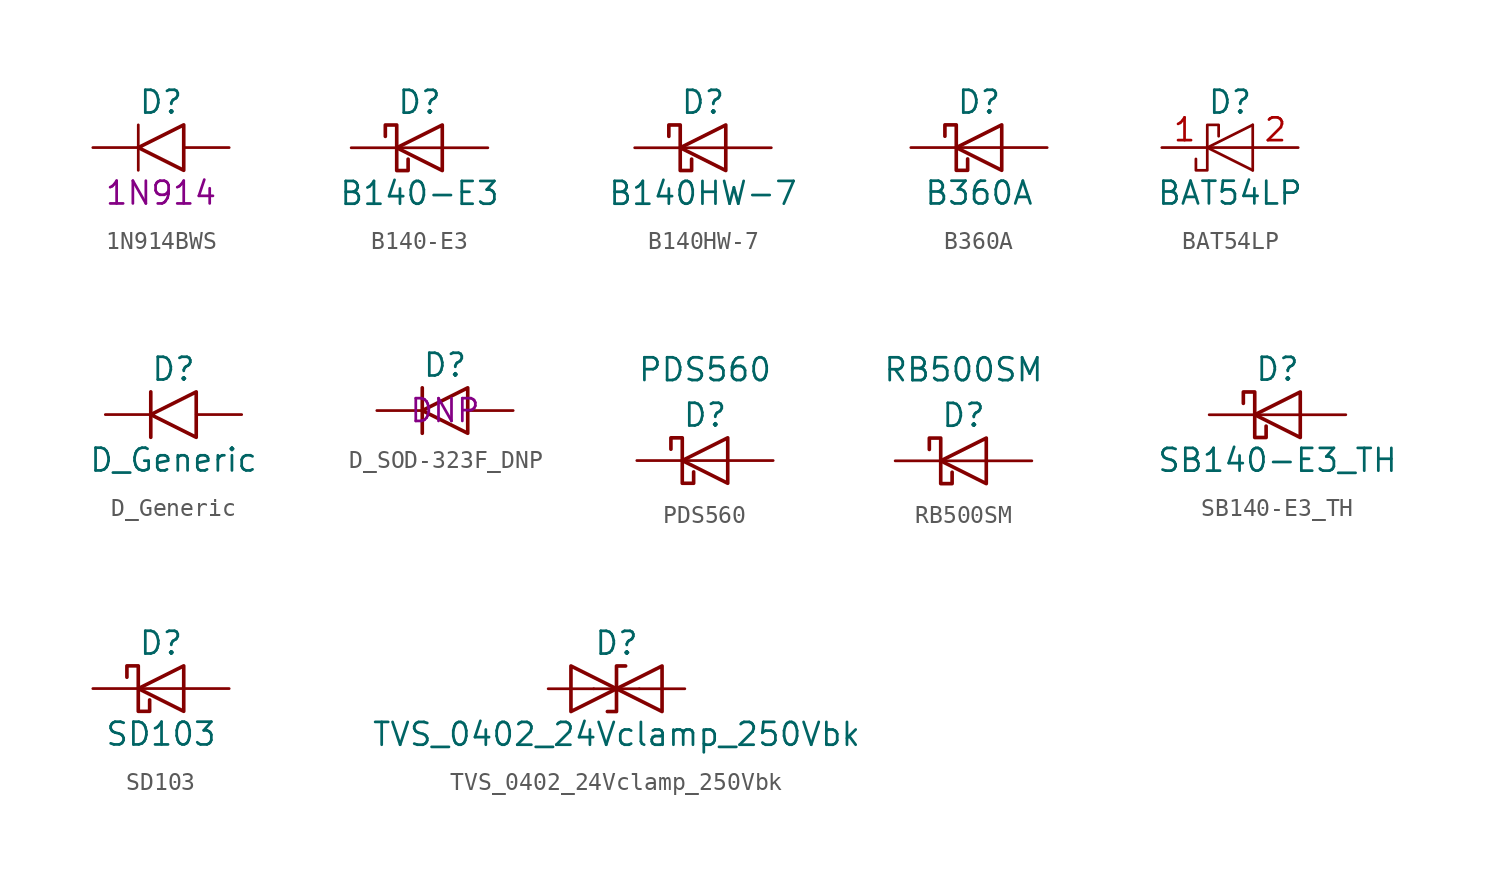
<source format=kicad_sym>
(kicad_symbol_lib
  (version 20211014)
  (generator kicad_symbol_editor)
  (symbol "1N914BWS"
    (pin_numbers hide)
    (pin_names
      (offset 1.016) hide)
    (property "Reference" "D"
      (at 0 2.54 0)
      (effects (font (size 1.27 1.27))))
    (property "Display" "1N914"
      (at 0 -2.54 0)
      (effects (font (size 1.27 1.27))))
    (symbol "1N914BWS_0_1"
      (polyline (pts (xy -1.27 1.27) (xy -1.27 -1.27)) (stroke (width 0) (type default) (color 0 0 0 0)) (fill (type none)))
      (polyline (pts (xy 1.27 1.27) (xy 1.27 -1.27) (xy -1.27 0) (xy 1.27 1.27)) (stroke (width 0.203) (type default) (color 0 0 0 0)) (fill (type none))))
    (symbol "1N914BWS_1_1"
      (pin passive line (at -3.81 0 0) (length 2.54) (name "K" (effects (font (size 1.27 1.27)))) (number "1" (effects (font (size 1.27 1.27)))))
      (pin passive line (at 3.81 0 180) (length 2.54) (name "A" (effects (font (size 1.27 1.27)))) (number "2" (effects (font (size 1.27 1.27)))))))
  (symbol "B140-E3"
    (pin_numbers hide)
    (pin_names
      (offset 1.016) hide)
    (property "Reference" "D"
      (at 0 2.54 0)
      (effects (font (size 1.27 1.27))))
    (property "Value" "B140-E3"
      (at 0 -2.54 0)
      (effects (font (size 1.27 1.27))))
    (symbol "B140-E3_1_1"
      (polyline (pts (xy 1.27 0) (xy -1.27 0)) (stroke (width 0) (type default) (color 0 0 0 0)) (fill (type none)))
      (polyline (pts (xy 1.27 1.27) (xy 1.27 -1.27) (xy -1.27 0) (xy 1.27 1.27)) (stroke (width 0.203) (type default) (color 0 0 0 0)) (fill (type none)))
      (polyline (pts (xy -1.905 0.635) (xy -1.905 1.27) (xy -1.27 1.27) (xy -1.27 -1.27) (xy -0.635 -1.27) (xy -0.635 -0.635)) (stroke (width 0.203) (type default) (color 0 0 0 0)) (fill (type none)))
      (pin passive line (at -3.81 0 0) (length 2.54) (name "K" (effects (font (size 1.27 1.27)))) (number "1" (effects (font (size 1.27 1.27)))))
      (pin passive line (at 3.81 0 180) (length 2.54) (name "A" (effects (font (size 1.27 1.27)))) (number "2" (effects (font (size 1.27 1.27)))))))
  (symbol "B140HW-7"
    (pin_numbers hide)
    (pin_names
      (offset 1.016) hide)
    (property "Reference" "D"
      (at 0 2.54 0)
      (effects (font (size 1.27 1.27))))
    (property "Value" "B140HW-7"
      (at 0 -2.54 0)
      (effects (font (size 1.27 1.27))))
    (symbol "B140HW-7_0_1"
      (polyline (pts (xy 1.27 0) (xy -1.27 0)) (stroke (width 0) (type default) (color 0 0 0 0)) (fill (type none)))
      (polyline (pts (xy 1.27 1.27) (xy 1.27 -1.27) (xy -1.27 0) (xy 1.27 1.27)) (stroke (width 0.203) (type default) (color 0 0 0 0)) (fill (type none)))
      (polyline (pts (xy -1.905 0.635) (xy -1.905 1.27) (xy -1.27 1.27) (xy -1.27 -1.27) (xy -0.635 -1.27) (xy -0.635 -0.635)) (stroke (width 0.203) (type default) (color 0 0 0 0)) (fill (type none))))
    (symbol "B140HW-7_1_1"
      (pin passive line (at -3.81 0 0) (length 2.54) (name "K" (effects (font (size 1.27 1.27)))) (number "1" (effects (font (size 1.27 1.27)))))
      (pin passive line (at 3.81 0 180) (length 2.54) (name "A" (effects (font (size 1.27 1.27)))) (number "2" (effects (font (size 1.27 1.27)))))))
  (symbol "B360A"
    (pin_numbers hide)
    (pin_names
      (offset 1.016) hide)
    (property "Reference" "D"
      (at 0 2.54 0)
      (effects (font (size 1.27 1.27))))
    (property "Value" "B360A"
      (at 0 -2.54 0)
      (effects (font (size 1.27 1.27))))
    (symbol "B360A_0_1"
      (polyline (pts (xy 1.27 0) (xy -1.27 0)) (stroke (width 0) (type default) (color 0 0 0 0)) (fill (type none)))
      (polyline (pts (xy 1.27 1.27) (xy 1.27 -1.27) (xy -1.27 0) (xy 1.27 1.27)) (stroke (width 0.203) (type default) (color 0 0 0 0)) (fill (type none)))
      (polyline (pts (xy -1.905 0.635) (xy -1.905 1.27) (xy -1.27 1.27) (xy -1.27 -1.27) (xy -0.635 -1.27) (xy -0.635 -0.635)) (stroke (width 0.203) (type default) (color 0 0 0 0)) (fill (type none))))
    (symbol "B360A_1_1"
      (pin passive line (at -3.81 0 0) (length 2.54) (name "K" (effects (font (size 1.27 1.27)))) (number "1" (effects (font (size 1.27 1.27)))))
      (pin passive line (at 3.81 0 180) (length 2.54) (name "A" (effects (font (size 1.27 1.27)))) (number "2" (effects (font (size 1.27 1.27)))))))
  (symbol "BAT54LP"
    (pin_names
      (offset 1.016) hide)
    (property "Reference" "D"
      (at 0 2.54 0)
      (effects (font (size 1.27 1.27))))
    (property "Value" "BAT54LP"
      (at 0 -2.54 0)
      (effects (font (size 1.27 1.27))))
    (symbol "BAT54LP_0_1"
      (polyline (pts (xy 1.27 -1.27) (xy 1.27 1.27)) (stroke (width 0) (type default) (color 0 0 0 0)) (fill (type none)))
      (polyline (pts (xy 1.27 0) (xy -1.27 0)) (stroke (width 0) (type default) (color 0 0 0 0)) (fill (type none)))
      (polyline (pts (xy 1.27 1.27) (xy -1.27 0) (xy 1.27 -1.27)) (stroke (width 0) (type default) (color 0 0 0 0)) (fill (type none)))
      (polyline (pts (xy -0.635 0.635) (xy -0.635 1.27) (xy -1.27 1.27) (xy -1.27 -1.27) (xy -1.905 -1.27) (xy -1.905 -0.635)) (stroke (width 0) (type default) (color 0 0 0 0)) (fill (type none))))
    (symbol "BAT54LP_1_1"
      (pin passive line (at -3.81 0 0) (length 2.54) (name "K" (effects (font (size 1.27 1.27)))) (number "1" (effects (font (size 1.27 1.27)))))
      (pin passive line (at 3.81 0 180) (length 2.54) (name "A" (effects (font (size 1.27 1.27)))) (number "2" (effects (font (size 1.27 1.27)))))))
  (symbol "D_Generic"
    (pin_numbers hide)
    (pin_names
      (offset 1.016) hide)
    (property "Reference" "D"
      (at 0 2.54 0)
      (effects (font (size 1.27 1.27))))
    (property "Value" "D_Generic"
      (at 0 -2.54 0)
      (effects (font (size 1.27 1.27))))
    (symbol "D_Generic_0_1"
      (polyline (pts (xy -1.27 1.27) (xy -1.27 -1.27)) (stroke (width 0.203) (type default) (color 0 0 0 0)) (fill (type none)))
      (polyline (pts (xy 1.27 1.27) (xy 1.27 -1.27) (xy -1.27 0) (xy 1.27 1.27)) (stroke (width 0.203) (type default) (color 0 0 0 0)) (fill (type none))))
    (symbol "D_Generic_1_1"
      (pin passive line (at -3.81 0 0) (length 2.54) (name "K" (effects (font (size 1.27 1.27)))) (number "1" (effects (font (size 1.27 1.27)))))
      (pin passive line (at 3.81 0 180) (length 2.54) (name "A" (effects (font (size 1.27 1.27)))) (number "2" (effects (font (size 1.27 1.27)))))))
  (symbol "D_SOD-323F_DNP"
    (pin_numbers hide)
    (pin_names
      (offset 1.016) hide)
    (property "Reference" "D"
      (at 0 2.54 0)
      (effects (font (size 1.27 1.27))))
    (property "Display" "DNP"
      (at 0 0 0)
      (effects (font (size 1.27 1.27))))
    (symbol "D_SOD-323F_DNP_0_1"
      (polyline (pts (xy -1.27 1.27) (xy -1.27 -1.27)) (stroke (width 0.203) (type default) (color 0 0 0 0)) (fill (type none)))
      (polyline (pts (xy 1.27 1.27) (xy 1.27 -1.27) (xy -1.27 0) (xy 1.27 1.27)) (stroke (width 0.203) (type default) (color 0 0 0 0)) (fill (type none))))
    (symbol "D_SOD-323F_DNP_1_1"
      (pin passive line (at -3.81 0 0) (length 2.54) (name "K" (effects (font (size 1.27 1.27)))) (number "1" (effects (font (size 1.27 1.27)))))
      (pin passive line (at 3.81 0 180) (length 2.54) (name "A" (effects (font (size 1.27 1.27)))) (number "2" (effects (font (size 1.27 1.27)))))))
  (symbol "PDS560"
    (pin_numbers hide)
    (pin_names
      (offset 1.016) hide)
    (property "Reference" "D"
      (at 0 2.54 0)
      (effects (font (size 1.27 1.27))))
    (property "Value" "PDS560"
      (at 0 5.08 0)
      (effects (font (size 1.27 1.27))))
    (symbol "PDS560_0_1"
      (polyline (pts (xy 1.27 0) (xy -1.27 0)) (stroke (width 0) (type default) (color 0 0 0 0)) (fill (type none)))
      (polyline (pts (xy 1.27 1.27) (xy 1.27 -1.27) (xy -1.27 0) (xy 1.27 1.27)) (stroke (width 0.203) (type default) (color 0 0 0 0)) (fill (type none)))
      (polyline (pts (xy -1.905 0.635) (xy -1.905 1.27) (xy -1.27 1.27) (xy -1.27 -1.27) (xy -0.635 -1.27) (xy -0.635 -0.635)) (stroke (width 0.203) (type default) (color 0 0 0 0)) (fill (type none))))
    (symbol "PDS560_1_1"
      (pin passive line (at -3.81 0 0) (length 2.54) (name "K" (effects (font (size 1.27 1.27)))) (number "1" (effects (font (size 1.27 1.27)))))
      (pin passive line (at 3.81 0 180) (length 2.54) (name "A" (effects (font (size 1.27 1.27)))) (number "2" (effects (font (size 1.27 1.27)))))))
  (symbol "RB500SM"
    (pin_numbers hide)
    (pin_names
      (offset 1.016) hide)
    (property "Reference" "D"
      (at 0 2.54 0)
      (effects (font (size 1.27 1.27))))
    (property "Value" "RB500SM"
      (at 0 5.08 0)
      (effects (font (size 1.27 1.27))))
    (symbol "RB500SM_0_1"
      (polyline (pts (xy 1.27 0) (xy -1.27 0)) (stroke (width 0) (type default) (color 0 0 0 0)) (fill (type none)))
      (polyline (pts (xy 1.27 1.27) (xy 1.27 -1.27) (xy -1.27 0) (xy 1.27 1.27)) (stroke (width 0.203) (type default) (color 0 0 0 0)) (fill (type none)))
      (polyline (pts (xy -1.905 0.635) (xy -1.905 1.27) (xy -1.27 1.27) (xy -1.27 -1.27) (xy -0.635 -1.27) (xy -0.635 -0.635)) (stroke (width 0.203) (type default) (color 0 0 0 0)) (fill (type none))))
    (symbol "RB500SM_1_1"
      (pin passive line (at -3.81 0 0) (length 2.54) (name "K" (effects (font (size 1.27 1.27)))) (number "1" (effects (font (size 1.27 1.27)))))
      (pin passive line (at 3.81 0 180) (length 2.54) (name "A" (effects (font (size 1.27 1.27)))) (number "2" (effects (font (size 1.27 1.27)))))))
  (symbol "SB140-E3_TH"
    (pin_numbers hide)
    (pin_names
      (offset 1.016) hide)
    (property "Reference" "D"
      (at 0 2.54 0)
      (effects (font (size 1.27 1.27))))
    (property "Value" "SB140-E3_TH"
      (at 0 -2.54 0)
      (effects (font (size 1.27 1.27))))
    (symbol "SB140-E3_TH_0_1"
      (polyline (pts (xy 1.27 0) (xy -1.27 0)) (stroke (width 0) (type default) (color 0 0 0 0)) (fill (type none)))
      (polyline (pts (xy 1.27 1.27) (xy 1.27 -1.27) (xy -1.27 0) (xy 1.27 1.27)) (stroke (width 0.203) (type default) (color 0 0 0 0)) (fill (type none)))
      (polyline (pts (xy -1.905 0.635) (xy -1.905 1.27) (xy -1.27 1.27) (xy -1.27 -1.27) (xy -0.635 -1.27) (xy -0.635 -0.635)) (stroke (width 0.203) (type default) (color 0 0 0 0)) (fill (type none))))
    (symbol "SB140-E3_TH_1_1"
      (pin passive line (at -3.81 0 0) (length 2.54) (name "K" (effects (font (size 1.27 1.27)))) (number "1" (effects (font (size 1.27 1.27)))))
      (pin passive line (at 3.81 0 180) (length 2.54) (name "A" (effects (font (size 1.27 1.27)))) (number "2" (effects (font (size 1.27 1.27)))))))
  (symbol "SD103"
    (pin_numbers hide)
    (pin_names
      (offset 1.016) hide)
    (property "Reference" "D"
      (at 0 2.54 0)
      (effects (font (size 1.27 1.27))))
    (property "Value" "SD103"
      (at 0 -2.54 0)
      (effects (font (size 1.27 1.27))))
    (symbol "SD103_0_1"
      (polyline (pts (xy 1.27 0) (xy -1.27 0)) (stroke (width 0) (type default) (color 0 0 0 0)) (fill (type none)))
      (polyline (pts (xy 1.27 1.27) (xy 1.27 -1.27) (xy -1.27 0) (xy 1.27 1.27)) (stroke (width 0.203) (type default) (color 0 0 0 0)) (fill (type none))))
    (symbol "SD103_1_1"
      (polyline (pts (xy -1.905 0.635) (xy -1.905 1.27) (xy -1.27 1.27) (xy -1.27 -1.27) (xy -0.635 -1.27) (xy -0.635 -0.635)) (stroke (width 0.203) (type default) (color 0 0 0 0)) (fill (type none)))
      (pin passive line (at -3.81 0 0) (length 2.54) (name "K" (effects (font (size 1.27 1.27)))) (number "1" (effects (font (size 1.27 1.27)))))
      (pin passive line (at 3.81 0 180) (length 2.54) (name "A" (effects (font (size 1.27 1.27)))) (number "2" (effects (font (size 1.27 1.27)))))))
  (symbol "TVS_0402_24Vclamp_250Vbk"
    (pin_numbers hide)
    (pin_names
      (offset 1.016) hide)
    (property "Reference" "D"
      (at 0 2.54 0)
      (effects (font (size 1.27 1.27))))
    (property "Value" "TVS_0402_24Vclamp_250Vbk"
      (at 0 -2.54 0)
      (effects (font (size 1.27 1.27))))
    (symbol "TVS_0402_24Vclamp_250Vbk_0_1"
      (polyline (pts (xy 1.27 0) (xy -1.27 0)) (stroke (width 0) (type default) (color 0 0 0 0)) (fill (type none)))
      (polyline (pts (xy -2.54 -1.27) (xy 0 0) (xy -2.54 1.27) (xy -2.54 -1.27)) (stroke (width 0.203) (type default) (color 0 0 0 0)) (fill (type none)))
      (polyline (pts (xy 0.508 1.27) (xy 0 1.27) (xy 0 -1.27) (xy -0.508 -1.27)) (stroke (width 0.203) (type default) (color 0 0 0 0)) (fill (type none)))
      (polyline (pts (xy 2.54 1.27) (xy 2.54 -1.27) (xy 0 0) (xy 2.54 1.27)) (stroke (width 0.203) (type default) (color 0 0 0 0)) (fill (type none))))
    (symbol "TVS_0402_24Vclamp_250Vbk_1_1"
      (pin passive line (at -3.81 0 0) (length 2.54) (name "A1" (effects (font (size 1.27 1.27)))) (number "1" (effects (font (size 1.27 1.27)))))
      (pin passive line (at 3.81 0 180) (length 2.54) (name "A2" (effects (font (size 1.27 1.27)))) (number "2" (effects (font (size 1.27 1.27))))))))
</source>
